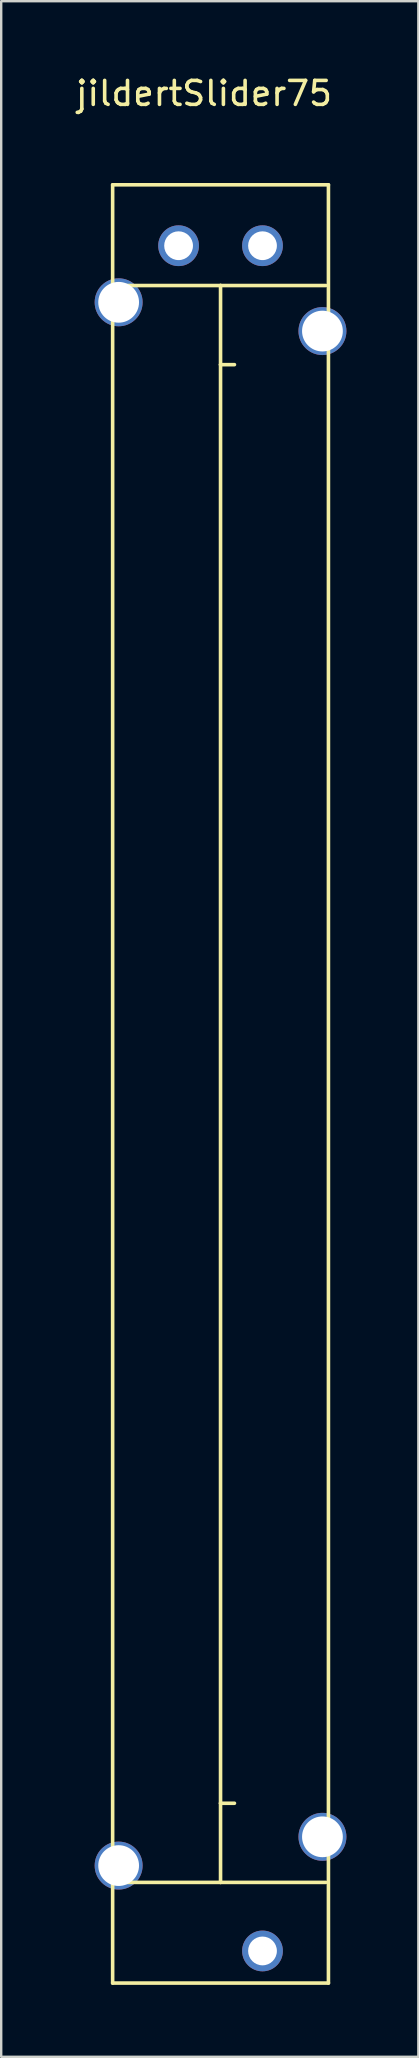
<source format=kicad_pcb>
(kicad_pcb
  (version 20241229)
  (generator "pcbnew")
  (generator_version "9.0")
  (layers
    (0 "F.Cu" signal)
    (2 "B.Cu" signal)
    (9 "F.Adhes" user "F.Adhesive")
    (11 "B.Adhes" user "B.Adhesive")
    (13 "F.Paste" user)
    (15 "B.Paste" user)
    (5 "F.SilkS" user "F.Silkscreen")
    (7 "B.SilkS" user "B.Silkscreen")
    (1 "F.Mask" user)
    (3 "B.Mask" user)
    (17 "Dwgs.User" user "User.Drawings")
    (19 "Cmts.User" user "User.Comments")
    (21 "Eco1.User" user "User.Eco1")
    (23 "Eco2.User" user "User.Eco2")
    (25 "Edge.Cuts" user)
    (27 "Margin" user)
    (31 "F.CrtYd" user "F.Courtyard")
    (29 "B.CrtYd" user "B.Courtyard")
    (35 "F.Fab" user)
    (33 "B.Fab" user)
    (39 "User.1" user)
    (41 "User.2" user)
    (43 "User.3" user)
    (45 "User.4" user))
  (footprint "jildertSlider75"
    (layer "F.Cu")
    (at 1.648 4.658)
    (property "Reference" "jildertSlider75" (at 3.81 -3.81 0) (layer "F.SilkS") (effects (font (size 1 1) (thickness 0.15))))
    (attr through_hole)
    (fp_line (start 0 0) (end 0 75) (stroke (width 0.15) (type solid)) (layer "F.SilkS"))
    (fp_line (start 0 0) (end 9 0) (stroke (width 0.15) (type solid)) (layer "F.SilkS"))
    (fp_line (start 4.5 4.2) (end 0 4.2) (stroke (width 0.15) (type solid)) (layer "F.SilkS"))
    (fp_line (start 4.5 4.2) (end 4.5 7.5) (stroke (width 0.15) (type solid)) (layer "F.SilkS"))
    (fp_line (start 4.5 4.2) (end 8.89 4.2) (stroke (width 0.15) (type solid)) (layer "F.SilkS"))
    (fp_line (start 4.5 7.5) (end 4.5 67.5) (stroke (width 0.15) (type solid)) (layer "F.SilkS"))
    (fp_line (start 4.5 7.5) (end 5.08 7.5) (stroke (width 0.15) (type solid)) (layer "F.SilkS"))
    (fp_line (start 4.5 67.5) (end 4.5 70.8) (stroke (width 0.15) (type solid)) (layer "F.SilkS"))
    (fp_line (start 4.5 67.5) (end 5.08 67.5) (stroke (width 0.15) (type solid)) (layer "F.SilkS"))
    (fp_line (start 4.5 70.8) (end 0 70.8) (stroke (width 0.15) (type solid)) (layer "F.SilkS"))
    (fp_line (start 4.5 70.8) (end 8.89 70.8) (stroke (width 0.15) (type solid)) (layer "F.SilkS"))
    (fp_line (start 9 0) (end 9 75) (stroke (width 0.15) (type solid)) (layer "F.SilkS"))
    (fp_line (start 9 75) (end 0 75) (stroke (width 0.15) (type solid)) (layer "F.SilkS"))
    (pad "1" thru_hole circle (at 6.25 2.54) (size 1.7 1.7) (drill 1.2) (layers "*.Cu" "*.Mask"))
    (pad "2" thru_hole circle (at 2.75 2.54) (size 1.7 1.7) (drill 1.2) (layers "*.Cu" "*.Mask"))
    (pad "3" thru_hole circle (at 6.25 73.66) (size 1.7 1.7) (drill 1.2) (layers "*.Cu" "*.Mask"))
    (pad "4" thru_hole circle (at 0.25 4.9) (size 2 2) (drill 1.7) (layers "*.Cu" "*.Mask"))
    (pad "4" thru_hole circle (at 0.25 70.1) (size 2 2) (drill 1.7) (layers "*.Cu" "*.Mask"))
    (pad "4" thru_hole circle (at 8.75 6.1) (size 2 2) (drill 1.7) (layers "*.Cu" "*.Mask"))
    (pad "4" thru_hole circle (at 8.75 68.9) (size 2 2) (drill 1.7) (layers "*.Cu" "*.Mask")))
  (gr_rect
    (start -3 -3)
    (end 14.398 82.733)
    (stroke (width 0.1) (type default))
    (fill no)
    (layer "Edge.Cuts")))
</source>
